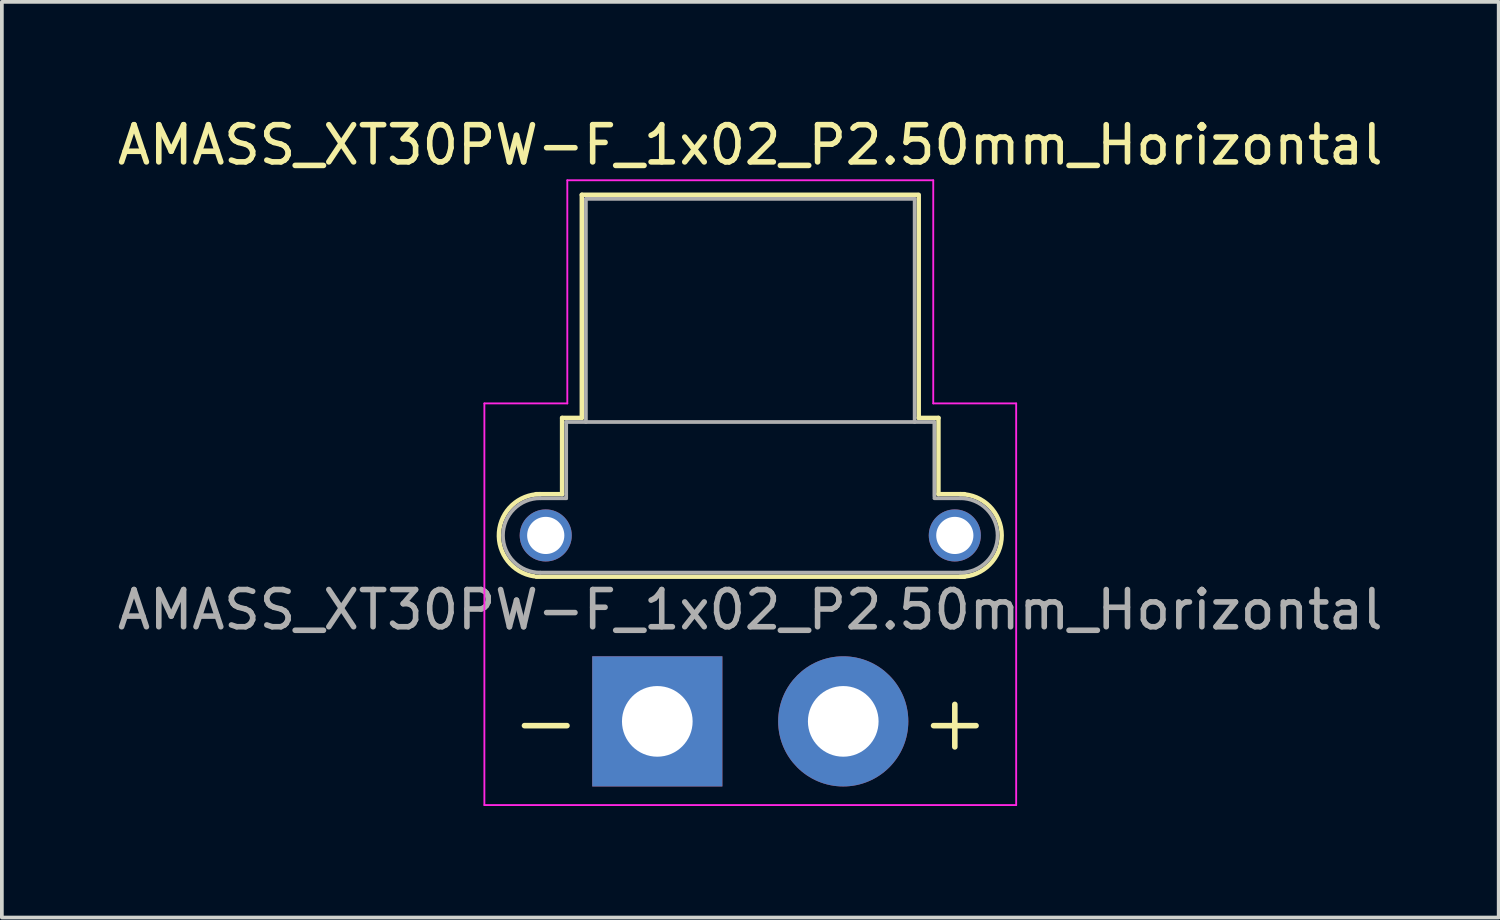
<source format=kicad_pcb>
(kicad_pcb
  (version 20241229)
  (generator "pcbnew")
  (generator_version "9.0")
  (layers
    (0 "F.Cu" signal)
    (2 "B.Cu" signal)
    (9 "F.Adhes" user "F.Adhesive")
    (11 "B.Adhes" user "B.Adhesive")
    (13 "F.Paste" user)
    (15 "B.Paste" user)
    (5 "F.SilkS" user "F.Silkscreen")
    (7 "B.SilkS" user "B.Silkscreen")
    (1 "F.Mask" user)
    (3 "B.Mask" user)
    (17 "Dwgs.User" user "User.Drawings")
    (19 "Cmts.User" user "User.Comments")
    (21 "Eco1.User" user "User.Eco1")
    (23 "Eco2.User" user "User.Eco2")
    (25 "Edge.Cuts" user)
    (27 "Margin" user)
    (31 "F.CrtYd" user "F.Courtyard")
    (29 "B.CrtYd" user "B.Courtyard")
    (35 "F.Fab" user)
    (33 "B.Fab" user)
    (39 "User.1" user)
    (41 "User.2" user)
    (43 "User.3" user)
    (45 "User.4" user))
  (footprint "AMASS_XT30PW-F_1x02_P2.50mm_Horizontal"
    (layer "F.Cu")
    (at 17.125 16.348)
    (property "Reference" "AMASS_XT30PW-F_1x02_P2.50mm_Horizontal" (at 0 -15.5 0) (layer "F.SilkS") (effects (font (size 1 1) (thickness 0.15))))
    (attr through_hole)
    (fp_line (start -5.76 -6.11) (end -5.06 -6.11) (stroke (width 0.12) (type solid)) (layer "F.SilkS"))
    (fp_line (start -5.76 -3.89) (end 5.76 -3.89) (stroke (width 0.12) (type solid)) (layer "F.SilkS"))
    (fp_line (start -5.06 -8.16) (end -5.06 -6.11) (stroke (width 0.12) (type solid)) (layer "F.SilkS"))
    (fp_line (start -5.06 -8.16) (end -4.53 -8.16) (stroke (width 0.12) (type solid)) (layer "F.SilkS"))
    (fp_line (start -4.53 -14.16) (end -4.53 -8.16) (stroke (width 0.12) (type solid)) (layer "F.SilkS"))
    (fp_line (start -4.53 -14.16) (end 4.5 -14.16) (stroke (width 0.12) (type solid)) (layer "F.SilkS"))
    (fp_line (start 4.53 -14.16) (end 4.53 -8.16) (stroke (width 0.12) (type solid)) (layer "F.SilkS"))
    (fp_line (start 4.53 -8.16) (end 5.06 -8.16) (stroke (width 0.12) (type solid)) (layer "F.SilkS"))
    (fp_line (start 5.06 -8.16) (end 5.06 -6.11) (stroke (width 0.12) (type solid)) (layer "F.SilkS"))
    (fp_line (start 5.06 -6.11) (end 5.76 -6.11) (stroke (width 0.12) (type solid)) (layer "F.SilkS"))
    (fp_arc (start -5.821729 -3.903365) (mid -6.756653 -5.086124) (end -5.65 -6.11) (stroke (width 0.12) (type solid)) (layer "F.SilkS"))
    (fp_arc (start 5.65 -6.11) (mid 6.76 -5) (end 5.65 -3.89) (stroke (width 0.12) (type solid)) (layer "F.SilkS"))
    (fp_line (start -7.15 -8.55) (end -7.15 2.25) (stroke (width 0.05) (type solid)) (layer "F.CrtYd"))
    (fp_line (start -7.15 -8.55) (end -4.92 -8.55) (stroke (width 0.05) (type solid)) (layer "F.CrtYd"))
    (fp_line (start -7.15 2.25) (end 7.15 2.25) (stroke (width 0.05) (type solid)) (layer "F.CrtYd"))
    (fp_line (start -4.92 -14.55) (end -4.92 -8.55) (stroke (width 0.05) (type solid)) (layer "F.CrtYd"))
    (fp_line (start -4.92 -14.55) (end 4.92 -14.55) (stroke (width 0.05) (type solid)) (layer "F.CrtYd"))
    (fp_line (start 4.92 -14.55) (end 4.92 -8.55) (stroke (width 0.05) (type solid)) (layer "F.CrtYd"))
    (fp_line (start 4.92 -8.55) (end 7.15 -8.55) (stroke (width 0.05) (type solid)) (layer "F.CrtYd"))
    (fp_line (start 7.15 -8.55) (end 7.15 2.25) (stroke (width 0.05) (type solid)) (layer "F.CrtYd"))
    (fp_line (start -5.65 -6) (end -4.95 -6) (stroke (width 0.1) (type solid)) (layer "F.Fab"))
    (fp_line (start -5.65 -4) (end 5.65 -4) (stroke (width 0.1) (type solid)) (layer "F.Fab"))
    (fp_line (start -4.95 -8.05) (end -4.95 -6) (stroke (width 0.1) (type solid)) (layer "F.Fab"))
    (fp_line (start -4.95 -8.05) (end 4.95 -8.05) (stroke (width 0.1) (type solid)) (layer "F.Fab"))
    (fp_line (start -4.42 -14.05) (end -4.42 -8.05) (stroke (width 0.1) (type solid)) (layer "F.Fab"))
    (fp_line (start -4.42 -14.05) (end 4.42 -14.05) (stroke (width 0.1) (type solid)) (layer "F.Fab"))
    (fp_line (start 4.42 -14.05) (end 4.42 -8.05) (stroke (width 0.1) (type solid)) (layer "F.Fab"))
    (fp_line (start 4.95 -8.05) (end 4.95 -6.05) (stroke (width 0.1) (type solid)) (layer "F.Fab"))
    (fp_line (start 4.95 -6) (end 5.65 -6) (stroke (width 0.1) (type solid)) (layer "F.Fab"))
    (fp_arc (start -5.65 -4) (mid -6.65 -5) (end -5.65 -6) (stroke (width 0.1) (type solid)) (layer "F.Fab"))
    (fp_arc (start 5.65 -6) (mid 6.65 -5) (end 5.65 -4) (stroke (width 0.1) (type solid)) (layer "F.Fab"))
    (fp_text user "+" (at 5.5 0 0) (layer "F.SilkS") (effects (font (size 1.5 1.5) (thickness 0.15))))
    (fp_text user "-" (at -5.5 0 0) (layer "F.SilkS") (effects (font (size 1.5 1.5) (thickness 0.15))))
    (fp_text user "${REFERENCE}" (at 0 -3 0) (layer "F.Fab") (effects (font (size 1 1) (thickness 0.15))))
    (pad "" thru_hole circle (at -5.5 -5 90) (size 1.4 1.4) (drill 1) (layers "*.Cu" "*.Mask"))
    (pad "" thru_hole circle (at 5.5 -5) (size 1.4 1.4) (drill 1) (layers "*.Cu" "*.Mask"))
    (pad "1" thru_hole rect (at -2.5 0) (size 3.5 3.5) (drill 1.9) (layers "*.Cu" "*.Mask"))
    (pad "2" thru_hole circle (at 2.5 0) (size 3.5 3.5) (drill 1.9) (layers "*.Cu" "*.Mask")))
  (gr_rect
    (start -3 -3)
    (end 37.25 21.623)
    (stroke (width 0.1) (type default))
    (fill no)
    (layer "Edge.Cuts")))
</source>
